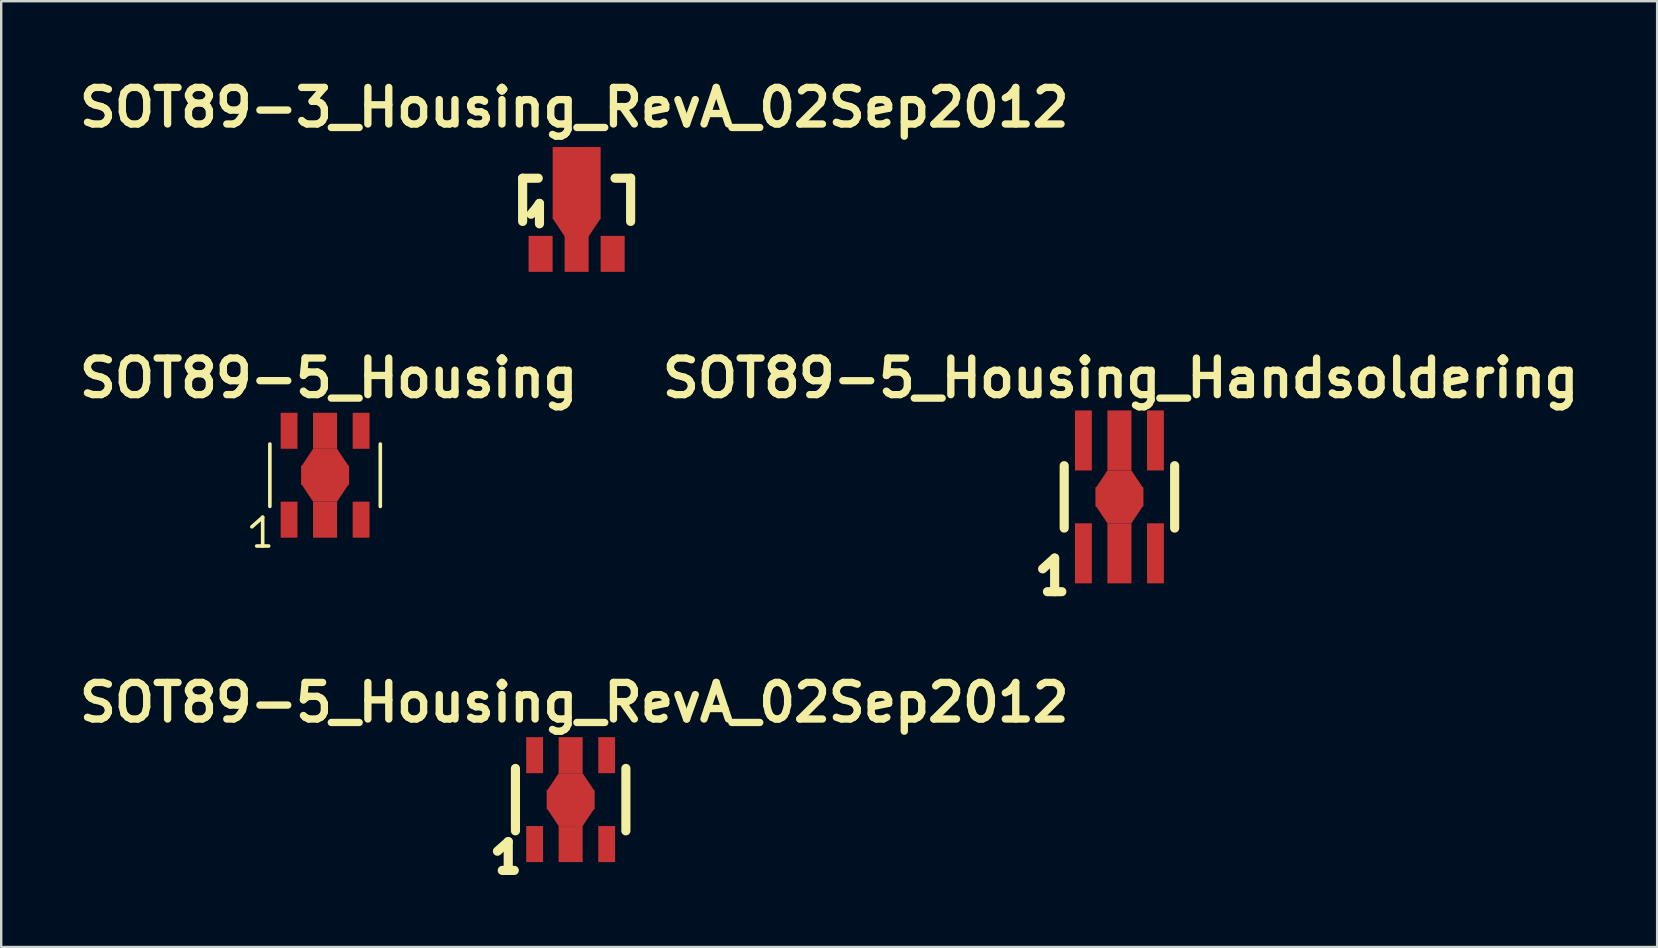
<source format=kicad_pcb>
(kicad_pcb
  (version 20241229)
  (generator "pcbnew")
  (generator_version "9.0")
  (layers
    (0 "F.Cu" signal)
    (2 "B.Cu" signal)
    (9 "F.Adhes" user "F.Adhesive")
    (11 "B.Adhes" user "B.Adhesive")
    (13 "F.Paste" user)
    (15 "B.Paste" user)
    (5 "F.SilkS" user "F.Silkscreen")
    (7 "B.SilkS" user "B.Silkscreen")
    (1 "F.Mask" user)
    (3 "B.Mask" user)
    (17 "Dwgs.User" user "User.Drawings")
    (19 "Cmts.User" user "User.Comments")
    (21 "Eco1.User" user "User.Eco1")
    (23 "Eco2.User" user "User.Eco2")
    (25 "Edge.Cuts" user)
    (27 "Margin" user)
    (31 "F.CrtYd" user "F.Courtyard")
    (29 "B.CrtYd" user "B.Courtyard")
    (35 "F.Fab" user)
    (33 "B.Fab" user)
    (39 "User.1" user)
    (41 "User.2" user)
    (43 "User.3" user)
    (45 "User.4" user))
  (footprint "SOT89-3_Housing_RevA_02Sep2012"
    (layer "F.Cu")
    (at 20.978 5.676)
    (property "Reference" "SOT89-3_Housing_RevA_02Sep2012" (at -0.099 -4.249 0) (layer "F.SilkS") (effects (font (size 1.524 1.524) (thickness 0.305))))
    (attr smd)
    (fp_line (start -2.25 -1.3) (end -2.25 0.5) (stroke (width 0.381) (type solid)) (layer "F.SilkS"))
    (fp_line (start -2.25 -1.3) (end -1.6 -1.3) (stroke (width 0.381) (type solid)) (layer "F.SilkS"))
    (fp_line (start -1.9 0.201) (end -1.651 -0.099) (stroke (width 0.381) (type solid)) (layer "F.SilkS"))
    (fp_line (start -1.651 -0.099) (end -1.549 -0.249) (stroke (width 0.381) (type solid)) (layer "F.SilkS"))
    (fp_line (start -1.549 -0.249) (end -1.549 0.599) (stroke (width 0.381) (type solid)) (layer "F.SilkS"))
    (fp_line (start 2.25 -1.3) (end 1.6 -1.3) (stroke (width 0.381) (type solid)) (layer "F.SilkS"))
    (fp_line (start 2.25 -1.3) (end 2.25 0.5) (stroke (width 0.381) (type solid)) (layer "F.SilkS"))
    (pad "1" smd rect (at -1.501 1.852) (size 1.001 1.501) (layers "F.Cu" "F.Mask" "F.Paste"))
    (pad "2" smd rect (at 0 -1.1) (size 1.999 3) (layers "F.Cu" "F.Mask" "F.Paste"))
    (pad "2" smd trapezoid (at 0 0.749 180) (size 1.501 0.749) (rect_delta 0 0.5) (layers "F.Cu" "F.Mask" "F.Paste"))
    (pad "2" smd rect (at 0 1.852) (size 1.001 1.501) (layers "F.Cu" "F.Mask" "F.Paste"))
    (pad "3" smd rect (at 1.501 1.852) (size 1.001 1.501) (layers "F.Cu" "F.Mask" "F.Paste")))
  (footprint "SOT89-5_Housing_Handsoldering"
    (layer "F.Cu")
    (at 43.596 17.655)
    (property "Reference" "SOT89-5_Housing_Handsoldering" (at 0.051 -4.95 0) (layer "F.SilkS") (effects (font (size 1.524 1.524) (thickness 0.305))))
    (attr smd)
    (fp_line (start -3.2 3) (end -2.7 2.55) (stroke (width 0.381) (type solid)) (layer "F.SilkS"))
    (fp_line (start -3 3.95) (end -2.4 3.95) (stroke (width 0.381) (type solid)) (layer "F.SilkS"))
    (fp_line (start -2.7 2.55) (end -2.7 3.95) (stroke (width 0.381) (type solid)) (layer "F.SilkS"))
    (fp_line (start -2.301 1.3) (end -2.301 -1.3) (stroke (width 0.381) (type solid)) (layer "F.SilkS"))
    (fp_line (start 2.301 -1.3) (end 2.301 1.3) (stroke (width 0.381) (type solid)) (layer "F.SilkS"))
    (pad "1" smd rect (at -1.501 2.352) (size 0.701 2.502) (layers "F.Cu" "F.Mask" "F.Paste"))
    (pad "2" smd rect (at 0 -2.352) (size 1.001 2.502) (layers "F.Cu" "F.Mask" "F.Paste"))
    (pad "2" smd trapezoid (at 0 -0.726) (size 1.501 0.749) (rect_delta 0 0.5) (layers "F.Cu" "F.Mask" "F.Paste"))
    (pad "2" smd rect (at 0 0) (size 1.999 0.8) (layers "F.Cu" "F.Mask" "F.Paste"))
    (pad "2" smd trapezoid (at 0 0.726 180) (size 1.501 0.749) (rect_delta 0 0.5) (layers "F.Cu" "F.Mask" "F.Paste"))
    (pad "2" smd rect (at 0 2.352) (size 1.001 2.502) (layers "F.Cu" "F.Mask" "F.Paste"))
    (pad "3" smd rect (at 1.501 2.352) (size 0.701 2.502) (layers "F.Cu" "F.Mask" "F.Paste"))
    (pad "4" smd rect (at 1.501 -2.352) (size 0.701 2.502) (layers "F.Cu" "F.Mask" "F.Paste"))
    (pad "5" smd rect (at -1.501 -2.352) (size 0.701 2.502) (layers "F.Cu" "F.Mask" "F.Paste")))
  (footprint "SOT89-5_Housing"
    (layer "F.Cu")
    (at 10.496 16.753)
    (property "Reference" "SOT89-5_Housing" (at 0.15 -4.049 0) (layer "F.SilkS") (effects (font (size 1.524 1.524) (thickness 0.305))))
    (attr smd)
    (fp_line (start -3.051 2.149) (end -2.601 1.75) (stroke (width 0.15) (type solid)) (layer "F.SilkS"))
    (fp_line (start -2.85 2.949) (end -2.349 2.949) (stroke (width 0.15) (type solid)) (layer "F.SilkS"))
    (fp_line (start -2.601 1.75) (end -2.601 2.949) (stroke (width 0.15) (type solid)) (layer "F.SilkS"))
    (fp_line (start -2.301 1.3) (end -2.301 -1.3) (stroke (width 0.15) (type solid)) (layer "F.SilkS"))
    (fp_line (start 2.301 -1.3) (end 2.301 1.3) (stroke (width 0.15) (type solid)) (layer "F.SilkS"))
    (pad "1" smd rect (at -1.501 1.852) (size 0.701 1.501) (layers "F.Cu" "F.Mask" "F.Paste"))
    (pad "2" smd rect (at 0 -1.852) (size 1.001 1.501) (layers "F.Cu" "F.Mask" "F.Paste"))
    (pad "2" smd trapezoid (at 0 -0.726) (size 1.501 0.749) (rect_delta 0 0.5) (layers "F.Cu" "F.Mask" "F.Paste"))
    (pad "2" smd rect (at 0 0) (size 1.999 0.8) (layers "F.Cu" "F.Mask" "F.Paste"))
    (pad "2" smd trapezoid (at 0 0.726 180) (size 1.501 0.749) (rect_delta 0 0.5) (layers "F.Cu" "F.Mask" "F.Paste"))
    (pad "2" smd rect (at 0 1.852) (size 1.001 1.501) (layers "F.Cu" "F.Mask" "F.Paste"))
    (pad "3" smd rect (at 1.501 1.852) (size 0.701 1.501) (layers "F.Cu" "F.Mask" "F.Paste"))
    (pad "4" smd rect (at 1.501 -1.852) (size 0.701 1.501) (layers "F.Cu" "F.Mask" "F.Paste"))
    (pad "5" smd rect (at -1.501 -1.852) (size 0.701 1.501) (layers "F.Cu" "F.Mask" "F.Paste")))
  (footprint "SOT89-5_Housing_RevA_02Sep2012"
    (layer "F.Cu")
    (at 20.729 30.27)
    (property "Reference" "SOT89-5_Housing_RevA_02Sep2012" (at 0.15 -4.049 0) (layer "F.SilkS") (effects (font (size 1.524 1.524) (thickness 0.305))))
    (attr smd)
    (fp_line (start -3.051 2.149) (end -2.601 1.75) (stroke (width 0.381) (type solid)) (layer "F.SilkS"))
    (fp_line (start -2.85 2.949) (end -2.349 2.949) (stroke (width 0.381) (type solid)) (layer "F.SilkS"))
    (fp_line (start -2.601 1.75) (end -2.601 2.949) (stroke (width 0.381) (type solid)) (layer "F.SilkS"))
    (fp_line (start -2.301 1.3) (end -2.301 -1.3) (stroke (width 0.381) (type solid)) (layer "F.SilkS"))
    (fp_line (start 2.301 -1.3) (end 2.301 1.3) (stroke (width 0.381) (type solid)) (layer "F.SilkS"))
    (pad "1" smd rect (at -1.501 1.852) (size 0.701 1.501) (layers "F.Cu" "F.Mask" "F.Paste"))
    (pad "2" smd rect (at 0 -1.852) (size 1.001 1.501) (layers "F.Cu" "F.Mask" "F.Paste"))
    (pad "2" smd trapezoid (at 0 -0.726) (size 1.501 0.749) (rect_delta 0 0.5) (layers "F.Cu" "F.Mask" "F.Paste"))
    (pad "2" smd rect (at 0 0) (size 1.999 0.8) (layers "F.Cu" "F.Mask" "F.Paste"))
    (pad "2" smd trapezoid (at 0 0.726 180) (size 1.501 0.749) (rect_delta 0 0.5) (layers "F.Cu" "F.Mask" "F.Paste"))
    (pad "2" smd rect (at 0 1.852) (size 1.001 1.501) (layers "F.Cu" "F.Mask" "F.Paste"))
    (pad "3" smd rect (at 1.501 1.852) (size 0.701 1.501) (layers "F.Cu" "F.Mask" "F.Paste"))
    (pad "4" smd rect (at 1.501 -1.852) (size 0.701 1.501) (layers "F.Cu" "F.Mask" "F.Paste"))
    (pad "5" smd rect (at -1.501 -1.852) (size 0.701 1.501) (layers "F.Cu" "F.Mask" "F.Paste")))
  (gr_rect
    (start -3 -3)
    (end 66.002 36.41)
    (stroke (width 0.1) (type default))
    (fill no)
    (layer "Edge.Cuts")))
</source>
